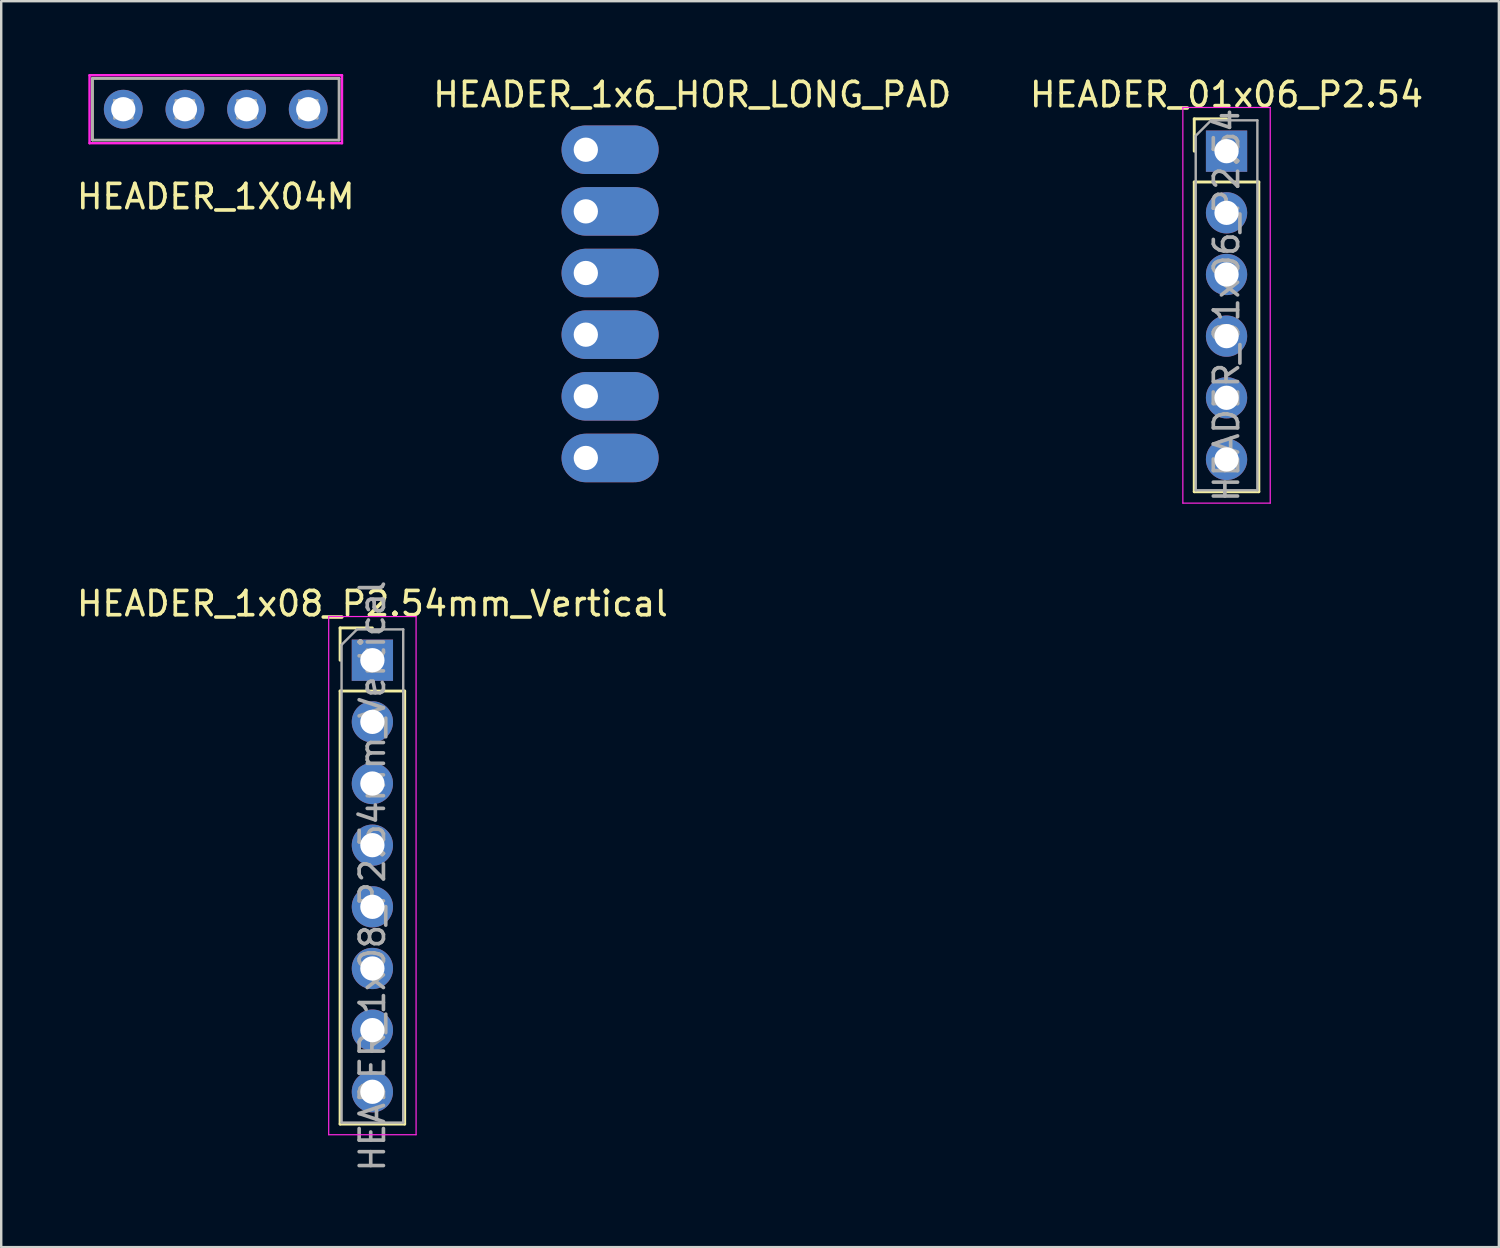
<source format=kicad_pcb>
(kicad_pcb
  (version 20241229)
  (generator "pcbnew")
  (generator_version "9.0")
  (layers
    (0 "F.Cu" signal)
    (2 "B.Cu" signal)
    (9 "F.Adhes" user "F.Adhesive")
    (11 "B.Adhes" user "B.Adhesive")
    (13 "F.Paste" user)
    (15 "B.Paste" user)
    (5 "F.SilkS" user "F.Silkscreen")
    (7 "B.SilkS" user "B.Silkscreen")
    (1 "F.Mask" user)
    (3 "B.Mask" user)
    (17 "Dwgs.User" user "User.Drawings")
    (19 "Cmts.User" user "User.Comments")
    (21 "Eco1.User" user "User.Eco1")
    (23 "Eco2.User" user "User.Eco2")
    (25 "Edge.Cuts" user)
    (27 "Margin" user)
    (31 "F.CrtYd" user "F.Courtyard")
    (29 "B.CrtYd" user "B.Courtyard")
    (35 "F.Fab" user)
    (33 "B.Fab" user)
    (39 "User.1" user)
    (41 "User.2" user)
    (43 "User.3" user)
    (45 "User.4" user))
  (footprint "HEADER_1X04M"
    (layer "F.Cu")
    (at 5.839 1.45)
    (property "Reference" "HEADER_1X04M" (at 0 3.6 0) (layer "F.SilkS") (effects (font (size 1 1) (thickness 0.15))))
    (attr through_hole)
    (fp_line (start -5.08 -1.27) (end -5.08 1.27) (stroke (width 0.1) (type solid)) (layer "F.SilkS"))
    (fp_line (start -5.08 1.27) (end 5.08 1.27) (stroke (width 0.1) (type solid)) (layer "F.SilkS"))
    (fp_line (start 5.08 -1.27) (end -5.08 -1.27) (stroke (width 0.1) (type solid)) (layer "F.SilkS"))
    (fp_line (start 5.08 1.27) (end 5.08 -1.27) (stroke (width 0.1) (type solid)) (layer "F.SilkS"))
    (fp_line (start -5.2 -1.4) (end 5.2 -1.4) (stroke (width 0.1) (type solid)) (layer "F.CrtYd"))
    (fp_line (start -5.2 1.4) (end -5.2 -1.4) (stroke (width 0.1) (type solid)) (layer "F.CrtYd"))
    (fp_line (start 5.2 -1.4) (end 5.2 1.4) (stroke (width 0.1) (type solid)) (layer "F.CrtYd"))
    (fp_line (start 5.2 1.4) (end -5.2 1.4) (stroke (width 0.1) (type solid)) (layer "F.CrtYd"))
    (fp_line (start -5.08 -1.27) (end -5.08 1.27) (stroke (width 0.1) (type solid)) (layer "F.Fab"))
    (fp_line (start -5.08 1.27) (end 5.08 1.27) (stroke (width 0.1) (type solid)) (layer "F.Fab"))
    (fp_line (start -4.18 -0.37) (end -3.48 0.33) (stroke (width 0.1) (type solid)) (layer "F.Fab"))
    (fp_line (start -4.18 0.37) (end -4.18 -0.37) (stroke (width 0.1) (type solid)) (layer "F.Fab"))
    (fp_line (start -4.18 0.37) (end -3.44 0.37) (stroke (width 0.1) (type solid)) (layer "F.Fab"))
    (fp_line (start -3.48 -0.33) (end -4.18 0.37) (stroke (width 0.1) (type solid)) (layer "F.Fab"))
    (fp_line (start -3.44 -0.37) (end -4.18 -0.37) (stroke (width 0.1) (type solid)) (layer "F.Fab"))
    (fp_line (start -3.44 -0.37) (end -3.44 0.37) (stroke (width 0.1) (type solid)) (layer "F.Fab"))
    (fp_line (start -1.64 -0.37) (end -0.94 0.33) (stroke (width 0.1) (type solid)) (layer "F.Fab"))
    (fp_line (start -1.64 0.37) (end -1.64 -0.37) (stroke (width 0.1) (type solid)) (layer "F.Fab"))
    (fp_line (start -1.64 0.37) (end -0.9 0.37) (stroke (width 0.1) (type solid)) (layer "F.Fab"))
    (fp_line (start -0.94 -0.33) (end -1.64 0.37) (stroke (width 0.1) (type solid)) (layer "F.Fab"))
    (fp_line (start -0.9 -0.37) (end -1.64 -0.37) (stroke (width 0.1) (type solid)) (layer "F.Fab"))
    (fp_line (start -0.9 -0.37) (end -0.9 0.37) (stroke (width 0.1) (type solid)) (layer "F.Fab"))
    (fp_line (start 0.9 -0.37) (end 1.6 0.33) (stroke (width 0.1) (type solid)) (layer "F.Fab"))
    (fp_line (start 0.9 0.37) (end 0.9 -0.37) (stroke (width 0.1) (type solid)) (layer "F.Fab"))
    (fp_line (start 0.9 0.37) (end 1.64 0.37) (stroke (width 0.1) (type solid)) (layer "F.Fab"))
    (fp_line (start 1.6 -0.33) (end 0.9 0.37) (stroke (width 0.1) (type solid)) (layer "F.Fab"))
    (fp_line (start 1.64 -0.37) (end 0.9 -0.37) (stroke (width 0.1) (type solid)) (layer "F.Fab"))
    (fp_line (start 1.64 -0.37) (end 1.64 0.37) (stroke (width 0.1) (type solid)) (layer "F.Fab"))
    (fp_line (start 3.44 -0.37) (end 4.14 0.33) (stroke (width 0.1) (type solid)) (layer "F.Fab"))
    (fp_line (start 3.44 0.37) (end 3.44 -0.37) (stroke (width 0.1) (type solid)) (layer "F.Fab"))
    (fp_line (start 3.44 0.37) (end 4.18 0.37) (stroke (width 0.1) (type solid)) (layer "F.Fab"))
    (fp_line (start 4.14 -0.33) (end 3.44 0.37) (stroke (width 0.1) (type solid)) (layer "F.Fab"))
    (fp_line (start 4.18 -0.37) (end 3.44 -0.37) (stroke (width 0.1) (type solid)) (layer "F.Fab"))
    (fp_line (start 4.18 -0.37) (end 4.18 0.37) (stroke (width 0.1) (type solid)) (layer "F.Fab"))
    (fp_line (start 5.08 -1.27) (end -5.08 -1.27) (stroke (width 0.1) (type solid)) (layer "F.Fab"))
    (fp_line (start 5.08 1.27) (end 5.08 -1.27) (stroke (width 0.1) (type solid)) (layer "F.Fab"))
    (pad "1" thru_hole circle (at -3.81 0) (size 1.6 1.6) (drill 1) (layers "*.Cu" "*.Mask"))
    (pad "2" thru_hole circle (at -1.27 0) (size 1.6 1.6) (drill 1) (layers "*.Cu" "*.Mask"))
    (pad "3" thru_hole circle (at 1.27 0) (size 1.6 1.6) (drill 1) (layers "*.Cu" "*.Mask"))
    (pad "4" thru_hole circle (at 3.81 0) (size 1.6 1.6) (drill 1) (layers "*.Cu" "*.Mask")))
  (footprint "HEADER_1x6_HOR_LONG_PAD"
    (layer "F.Cu")
    (at 21.085 3.118)
    (property "Reference" "HEADER_1x6_HOR_LONG_PAD" (at 4.385 -2.27 0) (layer "F.SilkS") (effects (font (size 1 1) (thickness 0.15))))
    (attr through_hole)
    (fp_line (start -0.32 -0.32) (end -0.32 0.32) (stroke (width 0.1) (type solid)) (layer "F.Fab"))
    (fp_line (start -0.32 2.22) (end -0.32 2.86) (stroke (width 0.1) (type solid)) (layer "F.Fab"))
    (fp_line (start -0.32 4.76) (end -0.32 5.4) (stroke (width 0.1) (type solid)) (layer "F.Fab"))
    (fp_line (start -0.32 7.3) (end -0.32 7.94) (stroke (width 0.1) (type solid)) (layer "F.Fab"))
    (fp_line (start -0.32 9.84) (end -0.32 10.48) (stroke (width 0.1) (type solid)) (layer "F.Fab"))
    (fp_line (start -0.32 12.38) (end -0.32 13.02) (stroke (width 0.1) (type solid)) (layer "F.Fab"))
    (pad "1" thru_hole oval (at 0 0) (size 4 2) (drill 1 (offset 1 0)) (layers "*.Cu" "*.Mask"))
    (pad "2" thru_hole oval (at 0 2.54) (size 4 2) (drill 1 (offset 1 0)) (layers "*.Cu" "*.Mask"))
    (pad "3" thru_hole oval (at 0 5.08) (size 4 2) (drill 1 (offset 1 0)) (layers "*.Cu" "*.Mask"))
    (pad "4" thru_hole oval (at 0 7.62) (size 4 2) (drill 1 (offset 1 0)) (layers "*.Cu" "*.Mask"))
    (pad "5" thru_hole oval (at 0 10.16) (size 4 2) (drill 1 (offset 1 0)) (layers "*.Cu" "*.Mask"))
    (pad "6" thru_hole oval (at 0 12.7) (size 4 2) (drill 1 (offset 1 0)) (layers "*.Cu" "*.Mask")))
  (footprint "HEADER_01x06_P2.54"
    (layer "F.Cu")
    (at 47.482 3.178)
    (property "Reference" "HEADER_01x06_P2.54" (at 0 -2.33 0) (layer "F.SilkS") (effects (font (size 1 1) (thickness 0.15))))
    (attr through_hole)
    (fp_line (start -1.33 -1.33) (end 0 -1.33) (stroke (width 0.12) (type solid)) (layer "F.SilkS"))
    (fp_line (start -1.33 0) (end -1.33 -1.33) (stroke (width 0.12) (type solid)) (layer "F.SilkS"))
    (fp_line (start -1.33 1.27) (end -1.33 14.03) (stroke (width 0.12) (type solid)) (layer "F.SilkS"))
    (fp_line (start -1.33 1.27) (end 1.33 1.27) (stroke (width 0.12) (type solid)) (layer "F.SilkS"))
    (fp_line (start -1.33 14.03) (end 1.33 14.03) (stroke (width 0.12) (type solid)) (layer "F.SilkS"))
    (fp_line (start 1.33 1.27) (end 1.33 14.03) (stroke (width 0.12) (type solid)) (layer "F.SilkS"))
    (fp_line (start -1.8 -1.8) (end -1.8 14.5) (stroke (width 0.05) (type solid)) (layer "F.CrtYd"))
    (fp_line (start -1.8 14.5) (end 1.8 14.5) (stroke (width 0.05) (type solid)) (layer "F.CrtYd"))
    (fp_line (start 1.8 -1.8) (end -1.8 -1.8) (stroke (width 0.05) (type solid)) (layer "F.CrtYd"))
    (fp_line (start 1.8 14.5) (end 1.8 -1.8) (stroke (width 0.05) (type solid)) (layer "F.CrtYd"))
    (fp_line (start -1.27 -0.635) (end -0.635 -1.27) (stroke (width 0.1) (type solid)) (layer "F.Fab"))
    (fp_line (start -1.27 13.97) (end -1.27 -0.635) (stroke (width 0.1) (type solid)) (layer "F.Fab"))
    (fp_line (start -0.635 -1.27) (end 1.27 -1.27) (stroke (width 0.1) (type solid)) (layer "F.Fab"))
    (fp_line (start 1.27 -1.27) (end 1.27 13.97) (stroke (width 0.1) (type solid)) (layer "F.Fab"))
    (fp_line (start 1.27 13.97) (end -1.27 13.97) (stroke (width 0.1) (type solid)) (layer "F.Fab"))
    (fp_text user "${REFERENCE}" (at 0 6.35 90) (layer "F.Fab") (effects (font (size 1 1) (thickness 0.15))))
    (pad "1" thru_hole rect (at 0 0) (size 1.7 1.7) (drill 1) (layers "*.Cu" "*.Mask"))
    (pad "2" thru_hole oval (at 0 2.54) (size 1.7 1.7) (drill 1) (layers "*.Cu" "*.Mask"))
    (pad "3" thru_hole oval (at 0 5.08) (size 1.7 1.7) (drill 1) (layers "*.Cu" "*.Mask"))
    (pad "4" thru_hole oval (at 0 7.62) (size 1.7 1.7) (drill 1) (layers "*.Cu" "*.Mask"))
    (pad "5" thru_hole oval (at 0 10.16) (size 1.7 1.7) (drill 1) (layers "*.Cu" "*.Mask"))
    (pad "6" thru_hole oval (at 0 12.7) (size 1.7 1.7) (drill 1) (layers "*.Cu" "*.Mask")))
  (footprint "HEADER_1x08_P2.54mm_Vertical"
    (layer "F.Cu")
    (at 12.292 24.15)
    (property "Reference" "HEADER_1x08_P2.54mm_Vertical" (at 0 -2.33 0) (layer "F.SilkS") (effects (font (size 1 1) (thickness 0.15))))
    (attr through_hole)
    (fp_line (start -1.33 -1.33) (end 0 -1.33) (stroke (width 0.12) (type solid)) (layer "F.SilkS"))
    (fp_line (start -1.33 0) (end -1.33 -1.33) (stroke (width 0.12) (type solid)) (layer "F.SilkS"))
    (fp_line (start -1.33 1.27) (end -1.33 19.11) (stroke (width 0.12) (type solid)) (layer "F.SilkS"))
    (fp_line (start -1.33 1.27) (end 1.33 1.27) (stroke (width 0.12) (type solid)) (layer "F.SilkS"))
    (fp_line (start -1.33 19.11) (end 1.33 19.11) (stroke (width 0.12) (type solid)) (layer "F.SilkS"))
    (fp_line (start 1.33 1.27) (end 1.33 19.11) (stroke (width 0.12) (type solid)) (layer "F.SilkS"))
    (fp_line (start -1.8 -1.8) (end -1.8 19.55) (stroke (width 0.05) (type solid)) (layer "F.CrtYd"))
    (fp_line (start -1.8 19.55) (end 1.8 19.55) (stroke (width 0.05) (type solid)) (layer "F.CrtYd"))
    (fp_line (start 1.8 -1.8) (end -1.8 -1.8) (stroke (width 0.05) (type solid)) (layer "F.CrtYd"))
    (fp_line (start 1.8 19.55) (end 1.8 -1.8) (stroke (width 0.05) (type solid)) (layer "F.CrtYd"))
    (fp_line (start -1.27 -0.635) (end -0.635 -1.27) (stroke (width 0.1) (type solid)) (layer "F.Fab"))
    (fp_line (start -1.27 19.05) (end -1.27 -0.635) (stroke (width 0.1) (type solid)) (layer "F.Fab"))
    (fp_line (start -0.635 -1.27) (end 1.27 -1.27) (stroke (width 0.1) (type solid)) (layer "F.Fab"))
    (fp_line (start 1.27 -1.27) (end 1.27 19.05) (stroke (width 0.1) (type solid)) (layer "F.Fab"))
    (fp_line (start 1.27 19.05) (end -1.27 19.05) (stroke (width 0.1) (type solid)) (layer "F.Fab"))
    (fp_text user "${REFERENCE}" (at 0 8.89 90) (layer "F.Fab") (effects (font (size 1 1) (thickness 0.15))))
    (pad "1" thru_hole rect (at 0 0) (size 1.7 1.7) (drill 1) (layers "*.Cu" "*.Mask"))
    (pad "2" thru_hole oval (at 0 2.54) (size 1.7 1.7) (drill 1) (layers "*.Cu" "*.Mask"))
    (pad "3" thru_hole oval (at 0 5.08) (size 1.7 1.7) (drill 1) (layers "*.Cu" "*.Mask"))
    (pad "4" thru_hole oval (at 0 7.62) (size 1.7 1.7) (drill 1) (layers "*.Cu" "*.Mask"))
    (pad "5" thru_hole oval (at 0 10.16) (size 1.7 1.7) (drill 1) (layers "*.Cu" "*.Mask"))
    (pad "6" thru_hole oval (at 0 12.7) (size 1.7 1.7) (drill 1) (layers "*.Cu" "*.Mask"))
    (pad "7" thru_hole oval (at 0 15.24) (size 1.7 1.7) (drill 1) (layers "*.Cu" "*.Mask"))
    (pad "8" thru_hole oval (at 0 17.78) (size 1.7 1.7) (drill 1) (layers "*.Cu" "*.Mask")))
  (gr_rect
    (start -3 -3)
    (end 58.702 48.332)
    (stroke (width 0.1) (type default))
    (fill no)
    (layer "Edge.Cuts")))
</source>
